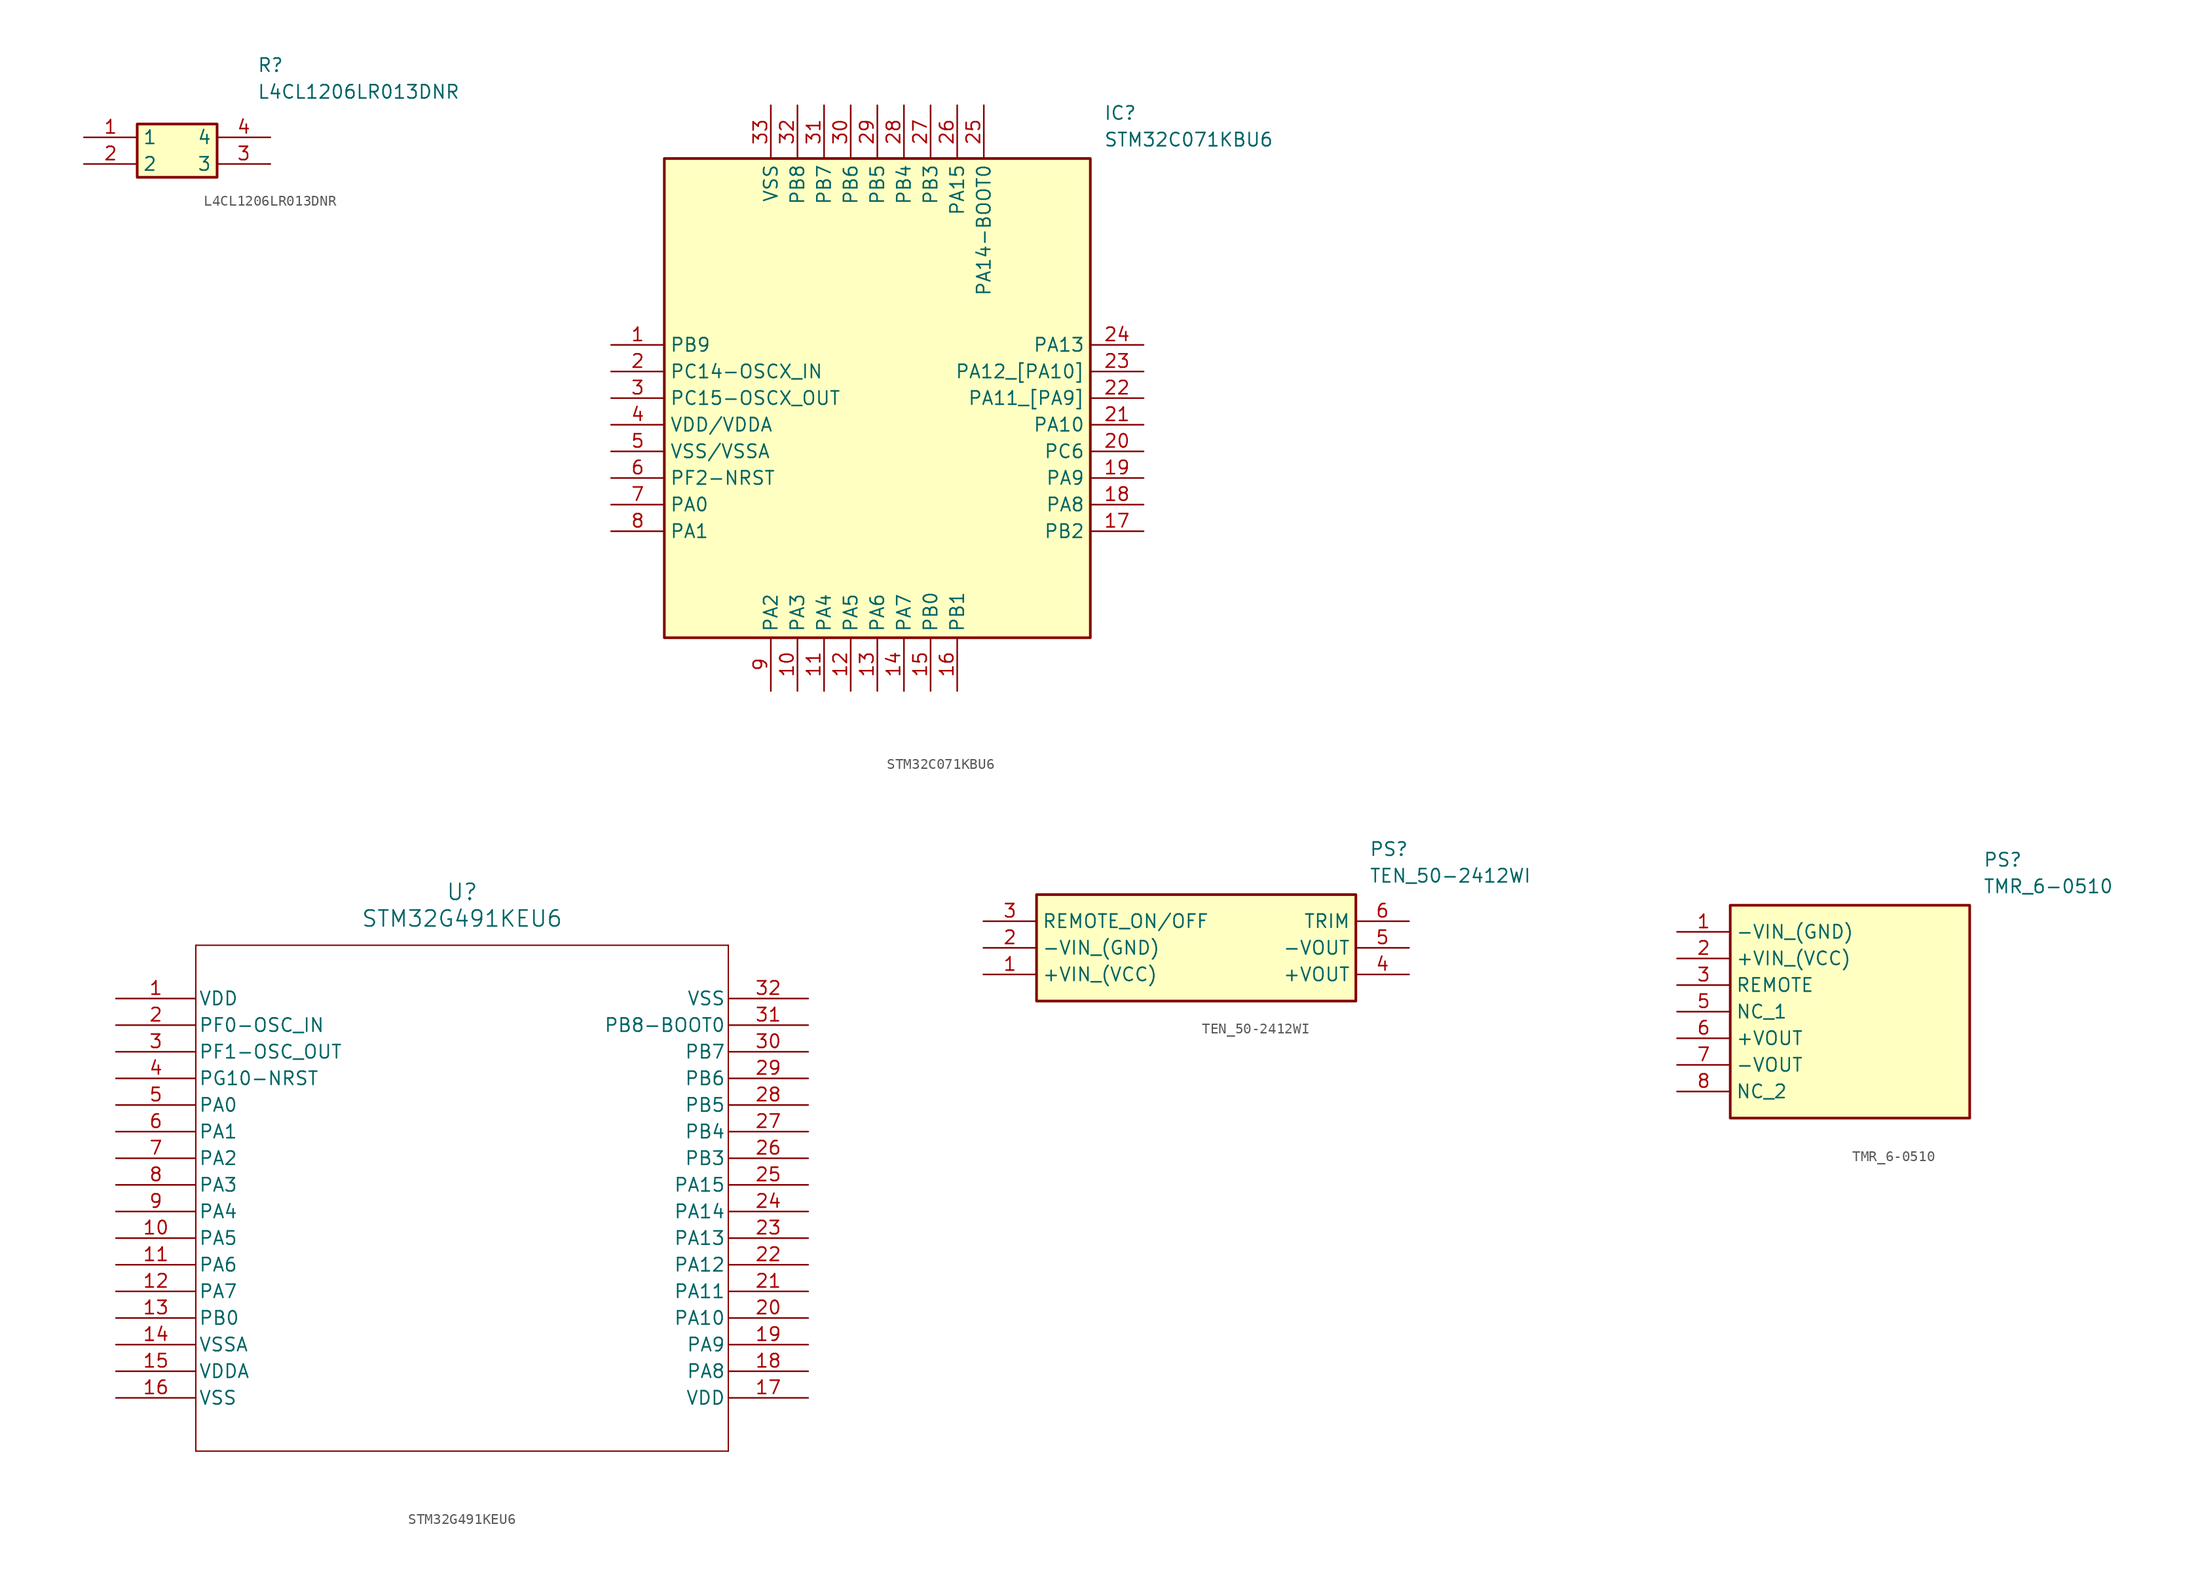
<source format=kicad_sym>
(kicad_symbol_lib
  (version 20241209)
  (generator "kicad_symbol_editor")
  (generator_version "9.0")
  (symbol "L4CL1206LR013DNR"
    (property "Reference" "R"
      (at 16.51 7.62 0)
      (effects (font (size 1.27 1.27)) (justify left top)))
    (property "Value" "L4CL1206LR013DNR"
      (at 16.51 5.08 0)
      (effects (font (size 1.27 1.27)) (justify left top)))
    (symbol "L4CL1206LR013DNR_1_1"
      (rectangle (start 5.08 1.27) (end 12.7 -3.81) (stroke (width 0.254) (type default)) (fill (type background)))
      (pin passive line (at 0 0 0) (length 5.08) (name "1" (effects (font (size 1.27 1.27)))) (number "1" (effects (font (size 1.27 1.27)))))
      (pin passive line (at 0 -2.54 0) (length 5.08) (name "2" (effects (font (size 1.27 1.27)))) (number "2" (effects (font (size 1.27 1.27)))))
      (pin passive line (at 17.78 0 180) (length 5.08) (name "4" (effects (font (size 1.27 1.27)))) (number "4" (effects (font (size 1.27 1.27)))))
      (pin passive line (at 17.78 -2.54 180) (length 5.08) (name "3" (effects (font (size 1.27 1.27)))) (number "3" (effects (font (size 1.27 1.27)))))))
  (symbol "STM32C071KBU6"
    (property "Reference" "IC"
      (at 46.99 22.86 0)
      (effects (font (size 1.27 1.27)) (justify left top)))
    (property "Value" "STM32C071KBU6"
      (at 46.99 20.32 0)
      (effects (font (size 1.27 1.27)) (justify left top)))
    (symbol "STM32C071KBU6_1_1"
      (rectangle (start 5.08 17.78) (end 45.72 -27.94) (stroke (width 0.254) (type default)) (fill (type background)))
      (pin passive line (at 0 0 0) (length 5.08) (name "PB9" (effects (font (size 1.27 1.27)))) (number "1" (effects (font (size 1.27 1.27)))))
      (pin passive line (at 0 -2.54 0) (length 5.08) (name "PC14-OSCX_IN" (effects (font (size 1.27 1.27)))) (number "2" (effects (font (size 1.27 1.27)))))
      (pin passive line (at 0 -5.08 0) (length 5.08) (name "PC15-OSCX_OUT" (effects (font (size 1.27 1.27)))) (number "3" (effects (font (size 1.27 1.27)))))
      (pin passive line (at 0 -7.62 0) (length 5.08) (name "VDD/VDDA" (effects (font (size 1.27 1.27)))) (number "4" (effects (font (size 1.27 1.27)))))
      (pin passive line (at 0 -10.16 0) (length 5.08) (name "VSS/VSSA" (effects (font (size 1.27 1.27)))) (number "5" (effects (font (size 1.27 1.27)))))
      (pin passive line (at 0 -12.7 0) (length 5.08) (name "PF2-NRST" (effects (font (size 1.27 1.27)))) (number "6" (effects (font (size 1.27 1.27)))))
      (pin passive line (at 0 -15.24 0) (length 5.08) (name "PA0" (effects (font (size 1.27 1.27)))) (number "7" (effects (font (size 1.27 1.27)))))
      (pin passive line (at 0 -17.78 0) (length 5.08) (name "PA1" (effects (font (size 1.27 1.27)))) (number "8" (effects (font (size 1.27 1.27)))))
      (pin passive line (at 15.24 22.86 270) (length 5.08) (name "VSS" (effects (font (size 1.27 1.27)))) (number "33" (effects (font (size 1.27 1.27)))))
      (pin passive line (at 15.24 -33.02 90) (length 5.08) (name "PA2" (effects (font (size 1.27 1.27)))) (number "9" (effects (font (size 1.27 1.27)))))
      (pin passive line (at 17.78 22.86 270) (length 5.08) (name "PB8" (effects (font (size 1.27 1.27)))) (number "32" (effects (font (size 1.27 1.27)))))
      (pin passive line (at 17.78 -33.02 90) (length 5.08) (name "PA3" (effects (font (size 1.27 1.27)))) (number "10" (effects (font (size 1.27 1.27)))))
      (pin passive line (at 20.32 22.86 270) (length 5.08) (name "PB7" (effects (font (size 1.27 1.27)))) (number "31" (effects (font (size 1.27 1.27)))))
      (pin passive line (at 20.32 -33.02 90) (length 5.08) (name "PA4" (effects (font (size 1.27 1.27)))) (number "11" (effects (font (size 1.27 1.27)))))
      (pin passive line (at 22.86 22.86 270) (length 5.08) (name "PB6" (effects (font (size 1.27 1.27)))) (number "30" (effects (font (size 1.27 1.27)))))
      (pin passive line (at 22.86 -33.02 90) (length 5.08) (name "PA5" (effects (font (size 1.27 1.27)))) (number "12" (effects (font (size 1.27 1.27)))))
      (pin passive line (at 25.4 22.86 270) (length 5.08) (name "PB5" (effects (font (size 1.27 1.27)))) (number "29" (effects (font (size 1.27 1.27)))))
      (pin passive line (at 25.4 -33.02 90) (length 5.08) (name "PA6" (effects (font (size 1.27 1.27)))) (number "13" (effects (font (size 1.27 1.27)))))
      (pin passive line (at 27.94 22.86 270) (length 5.08) (name "PB4" (effects (font (size 1.27 1.27)))) (number "28" (effects (font (size 1.27 1.27)))))
      (pin passive line (at 27.94 -33.02 90) (length 5.08) (name "PA7" (effects (font (size 1.27 1.27)))) (number "14" (effects (font (size 1.27 1.27)))))
      (pin passive line (at 30.48 22.86 270) (length 5.08) (name "PB3" (effects (font (size 1.27 1.27)))) (number "27" (effects (font (size 1.27 1.27)))))
      (pin passive line (at 30.48 -33.02 90) (length 5.08) (name "PB0" (effects (font (size 1.27 1.27)))) (number "15" (effects (font (size 1.27 1.27)))))
      (pin passive line (at 33.02 22.86 270) (length 5.08) (name "PA15" (effects (font (size 1.27 1.27)))) (number "26" (effects (font (size 1.27 1.27)))))
      (pin passive line (at 33.02 -33.02 90) (length 5.08) (name "PB1" (effects (font (size 1.27 1.27)))) (number "16" (effects (font (size 1.27 1.27)))))
      (pin passive line (at 35.56 22.86 270) (length 5.08) (name "PA14-BOOT0" (effects (font (size 1.27 1.27)))) (number "25" (effects (font (size 1.27 1.27)))))
      (pin passive line (at 50.8 0 180) (length 5.08) (name "PA13" (effects (font (size 1.27 1.27)))) (number "24" (effects (font (size 1.27 1.27)))))
      (pin passive line (at 50.8 -2.54 180) (length 5.08) (name "PA12_[PA10]" (effects (font (size 1.27 1.27)))) (number "23" (effects (font (size 1.27 1.27)))))
      (pin passive line (at 50.8 -5.08 180) (length 5.08) (name "PA11_[PA9]" (effects (font (size 1.27 1.27)))) (number "22" (effects (font (size 1.27 1.27)))))
      (pin passive line (at 50.8 -7.62 180) (length 5.08) (name "PA10" (effects (font (size 1.27 1.27)))) (number "21" (effects (font (size 1.27 1.27)))))
      (pin passive line (at 50.8 -10.16 180) (length 5.08) (name "PC6" (effects (font (size 1.27 1.27)))) (number "20" (effects (font (size 1.27 1.27)))))
      (pin passive line (at 50.8 -12.7 180) (length 5.08) (name "PA9" (effects (font (size 1.27 1.27)))) (number "19" (effects (font (size 1.27 1.27)))))
      (pin passive line (at 50.8 -15.24 180) (length 5.08) (name "PA8" (effects (font (size 1.27 1.27)))) (number "18" (effects (font (size 1.27 1.27)))))
      (pin passive line (at 50.8 -17.78 180) (length 5.08) (name "PB2" (effects (font (size 1.27 1.27)))) (number "17" (effects (font (size 1.27 1.27)))))))
  (symbol "STM32G491KEU6"
    (pin_names
      (offset 0.254))
    (property "Reference" "U"
      (at 33.02 10.16 0)
      (effects (font (size 1.524 1.524))))
    (property "Value" "STM32G491KEU6"
      (at 33.02 7.62 0)
      (effects (font (size 1.524 1.524))))
    (property "ki_locked" ""
      (at 0 0 0)
      (effects (font (size 1.27 1.27))))
    (symbol "STM32G491KEU6_0_1"
      (polyline (pts (xy 7.62 5.08) (xy 7.62 -43.18)) (stroke (width 0.127) (type default)) (fill (type none)))
      (polyline (pts (xy 7.62 -43.18) (xy 58.42 -43.18)) (stroke (width 0.127) (type default)) (fill (type none)))
      (polyline (pts (xy 58.42 5.08) (xy 7.62 5.08)) (stroke (width 0.127) (type default)) (fill (type none)))
      (polyline (pts (xy 58.42 -43.18) (xy 58.42 5.08)) (stroke (width 0.127) (type default)) (fill (type none)))
      (pin power_in line (at 0 0 0) (length 7.62) (name "VDD" (effects (font (size 1.27 1.27)))) (number "1" (effects (font (size 1.27 1.27)))))
      (pin bidirectional line (at 0 -2.54 0) (length 7.62) (name "PF0-OSC_IN" (effects (font (size 1.27 1.27)))) (number "2" (effects (font (size 1.27 1.27)))))
      (pin output line (at 0 -5.08 0) (length 7.62) (name "PF1-OSC_OUT" (effects (font (size 1.27 1.27)))) (number "3" (effects (font (size 1.27 1.27)))))
      (pin unspecified line (at 0 -7.62 0) (length 7.62) (name "PG10-NRST" (effects (font (size 1.27 1.27)))) (number "4" (effects (font (size 1.27 1.27)))))
      (pin bidirectional line (at 0 -10.16 0) (length 7.62) (name "PA0" (effects (font (size 1.27 1.27)))) (number "5" (effects (font (size 1.27 1.27)))))
      (pin bidirectional line (at 0 -12.7 0) (length 7.62) (name "PA1" (effects (font (size 1.27 1.27)))) (number "6" (effects (font (size 1.27 1.27)))))
      (pin bidirectional line (at 0 -15.24 0) (length 7.62) (name "PA2" (effects (font (size 1.27 1.27)))) (number "7" (effects (font (size 1.27 1.27)))))
      (pin bidirectional line (at 0 -17.78 0) (length 7.62) (name "PA3" (effects (font (size 1.27 1.27)))) (number "8" (effects (font (size 1.27 1.27)))))
      (pin bidirectional line (at 0 -20.32 0) (length 7.62) (name "PA4" (effects (font (size 1.27 1.27)))) (number "9" (effects (font (size 1.27 1.27)))))
      (pin bidirectional line (at 0 -22.86 0) (length 7.62) (name "PA5" (effects (font (size 1.27 1.27)))) (number "10" (effects (font (size 1.27 1.27)))))
      (pin bidirectional line (at 0 -25.4 0) (length 7.62) (name "PA6" (effects (font (size 1.27 1.27)))) (number "11" (effects (font (size 1.27 1.27)))))
      (pin bidirectional line (at 0 -27.94 0) (length 7.62) (name "PA7" (effects (font (size 1.27 1.27)))) (number "12" (effects (font (size 1.27 1.27)))))
      (pin bidirectional line (at 0 -30.48 0) (length 7.62) (name "PB0" (effects (font (size 1.27 1.27)))) (number "13" (effects (font (size 1.27 1.27)))))
      (pin power_in line (at 0 -33.02 0) (length 7.62) (name "VSSA" (effects (font (size 1.27 1.27)))) (number "14" (effects (font (size 1.27 1.27)))))
      (pin power_in line (at 0 -35.56 0) (length 7.62) (name "VDDA" (effects (font (size 1.27 1.27)))) (number "15" (effects (font (size 1.27 1.27)))))
      (pin power_in line (at 0 -38.1 0) (length 7.62) (name "VSS" (effects (font (size 1.27 1.27)))) (number "16" (effects (font (size 1.27 1.27)))))
      (pin power_out line (at 66.04 0 180) (length 7.62) (name "VSS" (effects (font (size 1.27 1.27)))) (number "32" (effects (font (size 1.27 1.27)))))
      (pin bidirectional line (at 66.04 -2.54 180) (length 7.62) (name "PB8-BOOT0" (effects (font (size 1.27 1.27)))) (number "31" (effects (font (size 1.27 1.27)))))
      (pin bidirectional line (at 66.04 -5.08 180) (length 7.62) (name "PB7" (effects (font (size 1.27 1.27)))) (number "30" (effects (font (size 1.27 1.27)))))
      (pin bidirectional line (at 66.04 -7.62 180) (length 7.62) (name "PB6" (effects (font (size 1.27 1.27)))) (number "29" (effects (font (size 1.27 1.27)))))
      (pin bidirectional line (at 66.04 -10.16 180) (length 7.62) (name "PB5" (effects (font (size 1.27 1.27)))) (number "28" (effects (font (size 1.27 1.27)))))
      (pin bidirectional line (at 66.04 -12.7 180) (length 7.62) (name "PB4" (effects (font (size 1.27 1.27)))) (number "27" (effects (font (size 1.27 1.27)))))
      (pin bidirectional line (at 66.04 -15.24 180) (length 7.62) (name "PB3" (effects (font (size 1.27 1.27)))) (number "26" (effects (font (size 1.27 1.27)))))
      (pin bidirectional line (at 66.04 -17.78 180) (length 7.62) (name "PA15" (effects (font (size 1.27 1.27)))) (number "25" (effects (font (size 1.27 1.27)))))
      (pin bidirectional line (at 66.04 -20.32 180) (length 7.62) (name "PA14" (effects (font (size 1.27 1.27)))) (number "24" (effects (font (size 1.27 1.27)))))
      (pin bidirectional line (at 66.04 -22.86 180) (length 7.62) (name "PA13" (effects (font (size 1.27 1.27)))) (number "23" (effects (font (size 1.27 1.27)))))
      (pin bidirectional line (at 66.04 -25.4 180) (length 7.62) (name "PA12" (effects (font (size 1.27 1.27)))) (number "22" (effects (font (size 1.27 1.27)))))
      (pin bidirectional line (at 66.04 -27.94 180) (length 7.62) (name "PA11" (effects (font (size 1.27 1.27)))) (number "21" (effects (font (size 1.27 1.27)))))
      (pin bidirectional line (at 66.04 -30.48 180) (length 7.62) (name "PA10" (effects (font (size 1.27 1.27)))) (number "20" (effects (font (size 1.27 1.27)))))
      (pin bidirectional line (at 66.04 -33.02 180) (length 7.62) (name "PA9" (effects (font (size 1.27 1.27)))) (number "19" (effects (font (size 1.27 1.27)))))
      (pin bidirectional line (at 66.04 -35.56 180) (length 7.62) (name "PA8" (effects (font (size 1.27 1.27)))) (number "18" (effects (font (size 1.27 1.27)))))
      (pin power_in line (at 66.04 -38.1 180) (length 7.62) (name "VDD" (effects (font (size 1.27 1.27)))) (number "17" (effects (font (size 1.27 1.27)))))))
  (symbol "TEN_50-2412WI"
    (property "Reference" "PS"
      (at 36.83 7.62 0)
      (effects (font (size 1.27 1.27)) (justify left top)))
    (property "Value" "TEN_50-2412WI"
      (at 36.83 5.08 0)
      (effects (font (size 1.27 1.27)) (justify left top)))
    (symbol "TEN_50-2412WI_1_1"
      (rectangle (start 5.08 2.54) (end 35.56 -7.62) (stroke (width 0.254) (type default)) (fill (type background)))
      (pin passive line (at 0 0 0) (length 5.08) (name "REMOTE_ON/OFF" (effects (font (size 1.27 1.27)))) (number "3" (effects (font (size 1.27 1.27)))))
      (pin passive line (at 0 -2.54 0) (length 5.08) (name "-VIN_(GND)" (effects (font (size 1.27 1.27)))) (number "2" (effects (font (size 1.27 1.27)))))
      (pin passive line (at 0 -5.08 0) (length 5.08) (name "+VIN_(VCC)" (effects (font (size 1.27 1.27)))) (number "1" (effects (font (size 1.27 1.27)))))
      (pin passive line (at 40.64 0 180) (length 5.08) (name "TRIM" (effects (font (size 1.27 1.27)))) (number "6" (effects (font (size 1.27 1.27)))))
      (pin passive line (at 40.64 -2.54 180) (length 5.08) (name "-VOUT" (effects (font (size 1.27 1.27)))) (number "5" (effects (font (size 1.27 1.27)))))
      (pin passive line (at 40.64 -5.08 180) (length 5.08) (name "+VOUT" (effects (font (size 1.27 1.27)))) (number "4" (effects (font (size 1.27 1.27)))))))
  (symbol "TMR_6-0510"
    (property "Reference" "PS"
      (at 29.21 7.62 0)
      (effects (font (size 1.27 1.27)) (justify left top)))
    (property "Value" "TMR_6-0510"
      (at 29.21 5.08 0)
      (effects (font (size 1.27 1.27)) (justify left top)))
    (symbol "TMR_6-0510_1_1"
      (rectangle (start 5.08 2.54) (end 27.94 -17.78) (stroke (width 0.254) (type default)) (fill (type background)))
      (pin passive line (at 0 0 0) (length 5.08) (name "-VIN_(GND)" (effects (font (size 1.27 1.27)))) (number "1" (effects (font (size 1.27 1.27)))))
      (pin passive line (at 0 -2.54 0) (length 5.08) (name "+VIN_(VCC)" (effects (font (size 1.27 1.27)))) (number "2" (effects (font (size 1.27 1.27)))))
      (pin passive line (at 0 -5.08 0) (length 5.08) (name "REMOTE" (effects (font (size 1.27 1.27)))) (number "3" (effects (font (size 1.27 1.27)))))
      (pin passive line (at 0 -7.62 0) (length 5.08) (name "NC_1" (effects (font (size 1.27 1.27)))) (number "5" (effects (font (size 1.27 1.27)))))
      (pin passive line (at 0 -10.16 0) (length 5.08) (name "+VOUT" (effects (font (size 1.27 1.27)))) (number "6" (effects (font (size 1.27 1.27)))))
      (pin passive line (at 0 -12.7 0) (length 5.08) (name "-VOUT" (effects (font (size 1.27 1.27)))) (number "7" (effects (font (size 1.27 1.27)))))
      (pin passive line (at 0 -15.24 0) (length 5.08) (name "NC_2" (effects (font (size 1.27 1.27)))) (number "8" (effects (font (size 1.27 1.27))))))))
</source>
